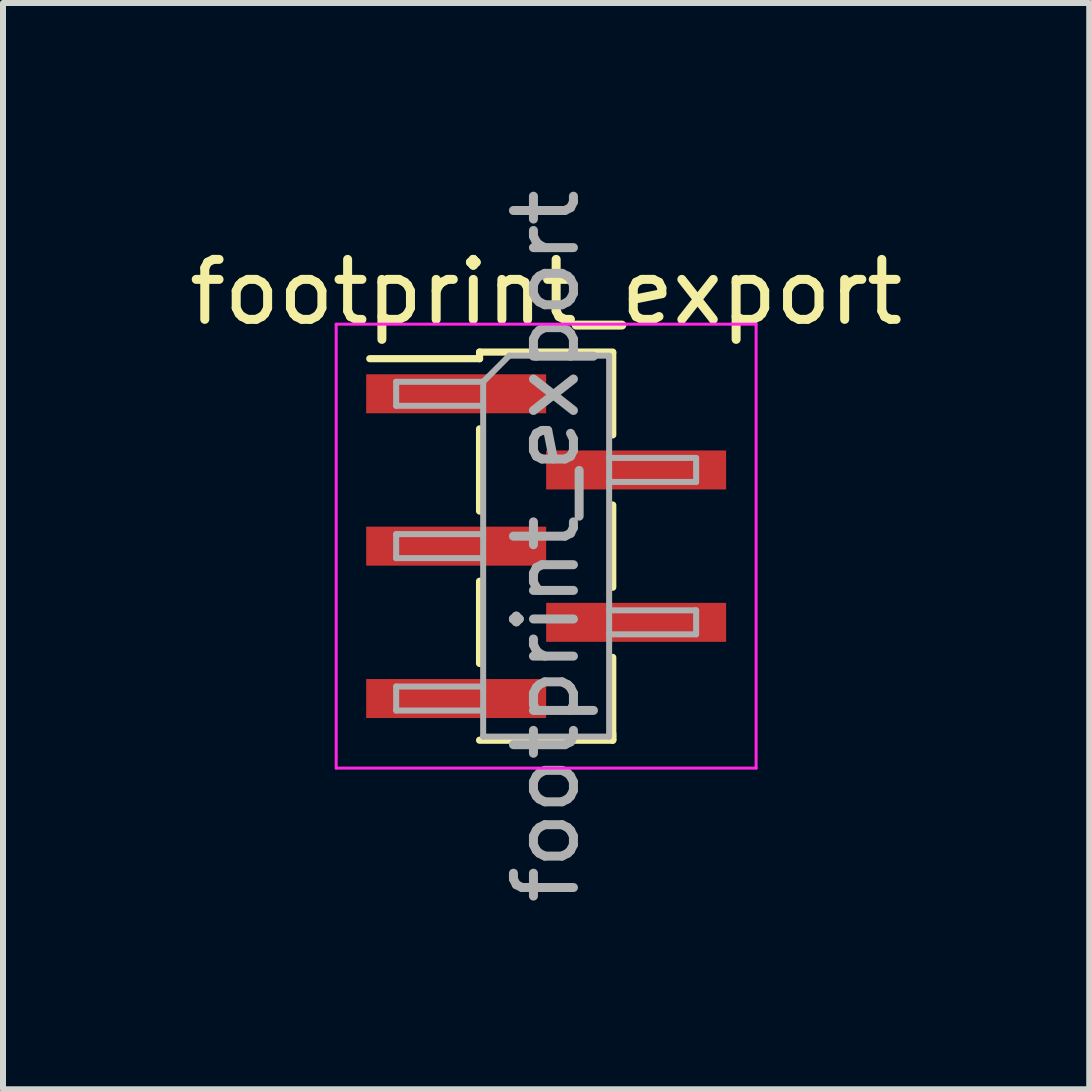
<source format=kicad_pcb>
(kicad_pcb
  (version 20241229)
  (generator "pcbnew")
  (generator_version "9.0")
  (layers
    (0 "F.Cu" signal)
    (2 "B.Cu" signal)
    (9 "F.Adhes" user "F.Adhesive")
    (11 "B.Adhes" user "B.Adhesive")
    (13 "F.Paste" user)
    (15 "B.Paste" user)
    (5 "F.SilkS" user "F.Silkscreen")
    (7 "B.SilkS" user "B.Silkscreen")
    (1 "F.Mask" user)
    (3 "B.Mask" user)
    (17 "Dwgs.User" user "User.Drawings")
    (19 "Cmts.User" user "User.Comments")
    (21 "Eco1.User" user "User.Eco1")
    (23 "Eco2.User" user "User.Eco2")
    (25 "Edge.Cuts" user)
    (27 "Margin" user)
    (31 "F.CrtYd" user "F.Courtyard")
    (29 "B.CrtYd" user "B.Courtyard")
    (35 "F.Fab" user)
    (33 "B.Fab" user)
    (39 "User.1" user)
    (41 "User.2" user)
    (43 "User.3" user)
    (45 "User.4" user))
  (footprint "footprint_export"
    (layer "F.Cu")
    (at 6.054 6.054)
    (property "Reference" "footprint_export" (at 0 -4.235 0) (layer "F.SilkS") (effects (font (size 1 1) (thickness 0.15))))
    (attr smd)
    (fp_line (start -1.11 -3.235) (end -1.11 -3.125) (stroke (width 0.12) (type solid)) (layer "F.SilkS"))
    (fp_line (start -1.11 -3.235) (end 1.11 -3.235) (stroke (width 0.12) (type solid)) (layer "F.SilkS"))
    (fp_line (start -1.11 -3.125) (end -2.94 -3.125) (stroke (width 0.12) (type solid)) (layer "F.SilkS"))
    (fp_line (start -1.11 -1.955) (end -1.11 -0.585) (stroke (width 0.12) (type solid)) (layer "F.SilkS"))
    (fp_line (start -1.11 0.585) (end -1.11 1.955) (stroke (width 0.12) (type solid)) (layer "F.SilkS"))
    (fp_line (start -1.11 3.235) (end 1.11 3.235) (stroke (width 0.12) (type solid)) (layer "F.SilkS"))
    (fp_line (start 1.11 -3.225) (end 1.11 -1.855) (stroke (width 0.12) (type solid)) (layer "F.SilkS"))
    (fp_line (start 1.11 -0.685) (end 1.11 0.685) (stroke (width 0.12) (type solid)) (layer "F.SilkS"))
    (fp_line (start 1.11 1.855) (end 1.11 3.225) (stroke (width 0.12) (type solid)) (layer "F.SilkS"))
    (fp_line (start 1.11 3.125) (end 1.11 3.235) (stroke (width 0.12) (type solid)) (layer "F.SilkS"))
    (fp_line (start -3.5 -3.7) (end -3.5 3.7) (stroke (width 0.05) (type solid)) (layer "F.CrtYd"))
    (fp_line (start -3.5 3.7) (end 3.5 3.7) (stroke (width 0.05) (type solid)) (layer "F.CrtYd"))
    (fp_line (start 3.5 -3.7) (end -3.5 -3.7) (stroke (width 0.05) (type solid)) (layer "F.CrtYd"))
    (fp_line (start 3.5 3.7) (end 3.5 -3.7) (stroke (width 0.05) (type solid)) (layer "F.CrtYd"))
    (fp_line (start -2.5 -2.74) (end -2.5 -2.34) (stroke (width 0.1) (type solid)) (layer "F.Fab"))
    (fp_line (start -2.5 -2.34) (end -1.05 -2.34) (stroke (width 0.1) (type solid)) (layer "F.Fab"))
    (fp_line (start -2.5 -0.2) (end -2.5 0.2) (stroke (width 0.1) (type solid)) (layer "F.Fab"))
    (fp_line (start -2.5 0.2) (end -1.05 0.2) (stroke (width 0.1) (type solid)) (layer "F.Fab"))
    (fp_line (start -2.5 2.34) (end -2.5 2.74) (stroke (width 0.1) (type solid)) (layer "F.Fab"))
    (fp_line (start -2.5 2.74) (end -1.05 2.74) (stroke (width 0.1) (type solid)) (layer "F.Fab"))
    (fp_line (start -1.05 -2.74) (end -2.5 -2.74) (stroke (width 0.1) (type solid)) (layer "F.Fab"))
    (fp_line (start -1.05 -2.74) (end -0.615 -3.175) (stroke (width 0.1) (type solid)) (layer "F.Fab"))
    (fp_line (start -1.05 -0.2) (end -2.5 -0.2) (stroke (width 0.1) (type solid)) (layer "F.Fab"))
    (fp_line (start -1.05 2.34) (end -2.5 2.34) (stroke (width 0.1) (type solid)) (layer "F.Fab"))
    (fp_line (start -1.05 3.175) (end -1.05 -2.74) (stroke (width 0.1) (type solid)) (layer "F.Fab"))
    (fp_line (start -0.615 -3.175) (end 1.05 -3.175) (stroke (width 0.1) (type solid)) (layer "F.Fab"))
    (fp_line (start 1.05 -3.175) (end 1.05 3.175) (stroke (width 0.1) (type solid)) (layer "F.Fab"))
    (fp_line (start 1.05 -1.47) (end 2.5 -1.47) (stroke (width 0.1) (type solid)) (layer "F.Fab"))
    (fp_line (start 1.05 1.07) (end 2.5 1.07) (stroke (width 0.1) (type solid)) (layer "F.Fab"))
    (fp_line (start 1.05 3.175) (end -1.05 3.175) (stroke (width 0.1) (type solid)) (layer "F.Fab"))
    (fp_line (start 2.5 -1.47) (end 2.5 -1.07) (stroke (width 0.1) (type solid)) (layer "F.Fab"))
    (fp_line (start 2.5 -1.07) (end 1.05 -1.07) (stroke (width 0.1) (type solid)) (layer "F.Fab"))
    (fp_line (start 2.5 1.07) (end 2.5 1.47) (stroke (width 0.1) (type solid)) (layer "F.Fab"))
    (fp_line (start 2.5 1.47) (end 1.05 1.47) (stroke (width 0.1) (type solid)) (layer "F.Fab"))
    (fp_text user "${REFERENCE}" (at 0 0 90) (layer "F.Fab") (effects (font (size 1 1) (thickness 0.15))))
    (pad "1" smd rect (at -1.5 -2.54) (size 3 0.65) (layers "F.Cu" "F.Mask" "F.Paste"))
    (pad "2" smd rect (at 1.5 -1.27) (size 3 0.65) (layers "F.Cu" "F.Mask" "F.Paste"))
    (pad "3" smd rect (at -1.5 0) (size 3 0.65) (layers "F.Cu" "F.Mask" "F.Paste"))
    (pad "4" smd rect (at 1.5 1.27) (size 3 0.65) (layers "F.Cu" "F.Mask" "F.Paste"))
    (pad "5" smd rect (at -1.5 2.54) (size 3 0.65) (layers "F.Cu" "F.Mask" "F.Paste")))
  (gr_rect
    (start -3 -3)
    (end 15.107 15.107)
    (stroke (width 0.1) (type default))
    (fill no)
    (layer "Edge.Cuts")))
</source>
